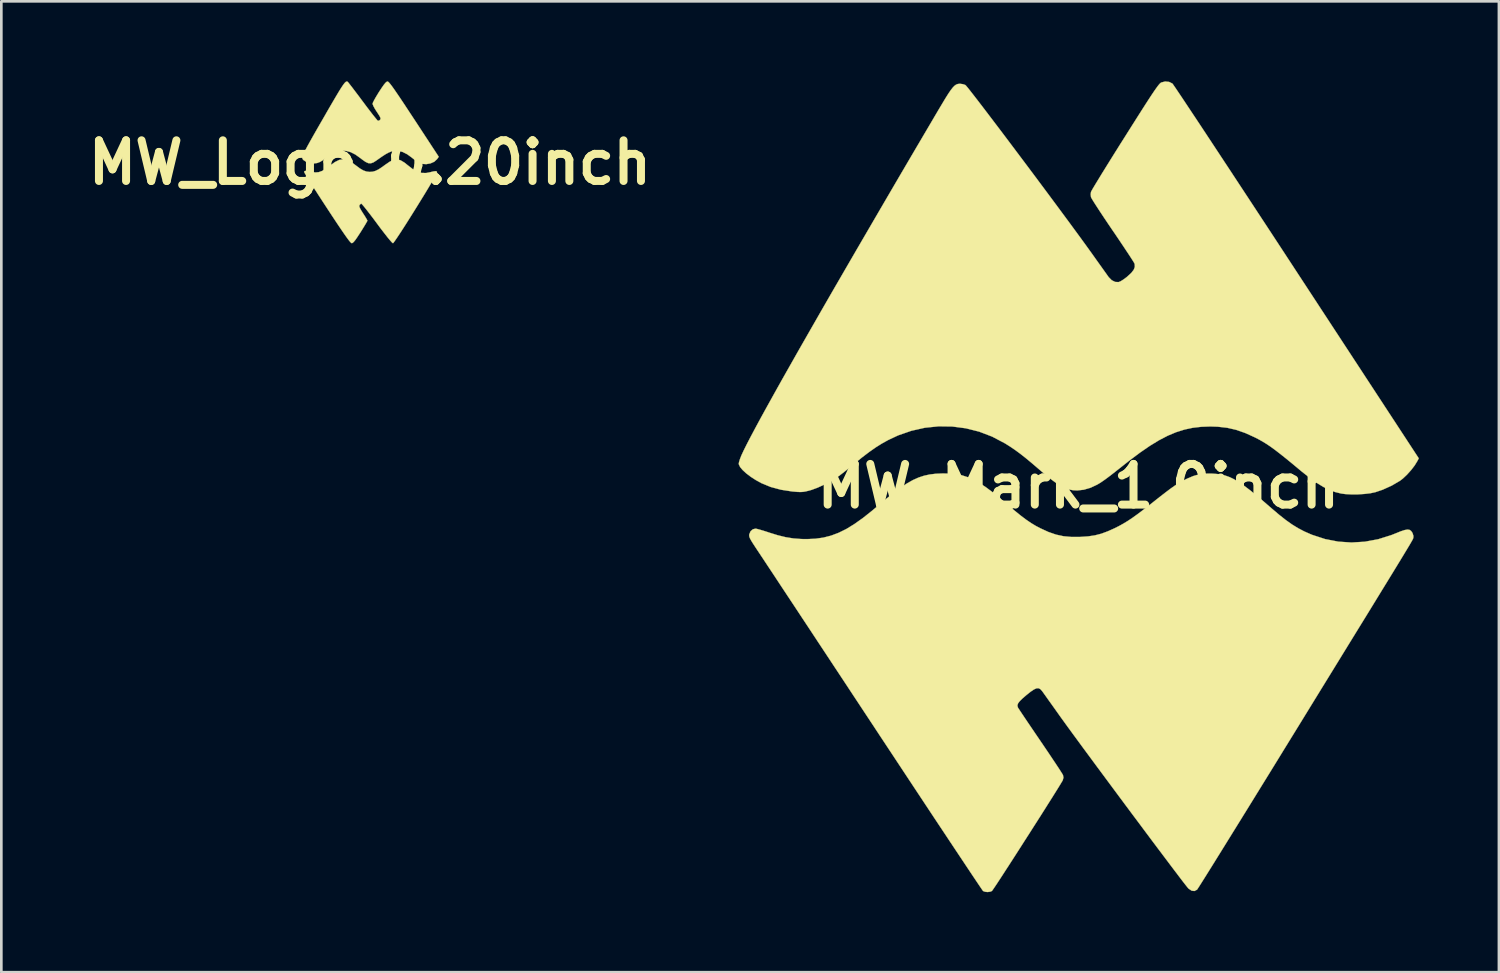
<source format=kicad_pcb>
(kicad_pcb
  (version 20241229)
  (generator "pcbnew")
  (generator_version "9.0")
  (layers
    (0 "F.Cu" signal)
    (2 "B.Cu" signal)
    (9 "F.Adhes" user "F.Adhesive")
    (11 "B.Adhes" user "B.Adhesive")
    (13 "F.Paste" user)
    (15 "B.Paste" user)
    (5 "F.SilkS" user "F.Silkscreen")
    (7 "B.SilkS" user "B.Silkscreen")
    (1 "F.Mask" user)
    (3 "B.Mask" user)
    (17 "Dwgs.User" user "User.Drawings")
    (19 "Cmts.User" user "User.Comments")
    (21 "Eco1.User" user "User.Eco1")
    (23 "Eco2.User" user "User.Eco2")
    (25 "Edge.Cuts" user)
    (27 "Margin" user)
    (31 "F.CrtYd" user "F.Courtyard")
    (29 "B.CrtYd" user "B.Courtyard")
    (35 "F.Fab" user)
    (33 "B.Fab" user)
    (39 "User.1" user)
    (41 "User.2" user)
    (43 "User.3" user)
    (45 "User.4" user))
  (footprint "MW_Mark_1.0inch"
    (layer "F.Cu")
    (at 37.378 15.178)
    (property "Reference" "MW_Mark_1.0inch" (at 0 0 0) (layer "F.SilkS") (effects (font (size 1.524 1.524) (thickness 0.3))))
    (attr through_hole)
    (fp_poly (pts (xy 3.403 -15.157) (xy 3.526 -15.096) (xy 3.549 -15.065) (xy 3.606 -14.982) (xy 3.695 -14.851) (xy 3.814 -14.674) (xy 3.963 -14.451) (xy 4.138 -14.187) (xy 4.34 -13.883) (xy 4.567 -13.541) (xy 4.816 -13.164) (xy 5.087 -12.753) (xy 5.378 -12.311) (xy 5.688 -11.841) (xy 6.015 -11.343) (xy 6.358 -10.822) (xy 6.715 -10.278) (xy 7.085 -9.715) (xy 7.466 -9.134) (xy 7.857 -8.537) (xy 8.181 -8.042) (xy 12.762 -1.045) (xy 12.707 -0.939) (xy 12.607 -0.776) (xy 12.472 -0.601) (xy 12.319 -0.431) (xy 12.165 -0.286) (xy 12.057 -0.203) (xy 11.747 -0.022) (xy 11.409 0.131) (xy 11.138 0.223) (xy 10.954 0.263) (xy 10.727 0.29) (xy 10.48 0.306) (xy 10.233 0.307) (xy 10.007 0.295) (xy 9.851 0.274) (xy 9.63 0.219) (xy 9.41 0.138) (xy 9.184 0.026) (xy 8.944 -0.121) (xy 8.683 -0.307) (xy 8.391 -0.537) (xy 8.304 -0.609) (xy 8.016 -0.849) (xy 7.769 -1.051) (xy 7.556 -1.22) (xy 7.371 -1.363) (xy 7.207 -1.482) (xy 7.057 -1.583) (xy 6.914 -1.671) (xy 6.772 -1.751) (xy 6.626 -1.827) (xy 6.261 -1.993) (xy 5.918 -2.113) (xy 5.578 -2.191) (xy 5.222 -2.231) (xy 4.949 -2.24) (xy 4.613 -2.228) (xy 4.292 -2.191) (xy 3.979 -2.124) (xy 3.667 -2.026) (xy 3.352 -1.894) (xy 3.025 -1.724) (xy 2.681 -1.514) (xy 2.313 -1.261) (xy 1.915 -0.963) (xy 1.719 -0.808) (xy 1.486 -0.624) (xy 1.295 -0.474) (xy 1.139 -0.354) (xy 1.01 -0.258) (xy 0.901 -0.182) (xy 0.804 -0.118) (xy 0.712 -0.063) (xy 0.699 -0.056) (xy 0.456 0.058) (xy 0.202 0.132) (xy -0.04 0.159) (xy -0.048 0.159) (xy -0.2 0.151) (xy -0.348 0.122) (xy -0.499 0.07) (xy -0.659 -0.01) (xy -0.835 -0.121) (xy -1.035 -0.269) (xy -1.265 -0.455) (xy -1.48 -0.639) (xy -1.745 -0.866) (xy -1.975 -1.057) (xy -2.18 -1.218) (xy -2.369 -1.357) (xy -2.553 -1.482) (xy -2.742 -1.601) (xy -2.763 -1.613) (xy -3.231 -1.859) (xy -3.717 -2.045) (xy -4.217 -2.171) (xy -4.726 -2.238) (xy -5.24 -2.245) (xy -5.753 -2.192) (xy -6.261 -2.078) (xy -6.759 -1.905) (xy -7.128 -1.732) (xy -7.358 -1.605) (xy -7.59 -1.46) (xy -7.833 -1.29) (xy -8.098 -1.089) (xy -8.394 -0.849) (xy -8.451 -0.802) (xy -8.605 -0.675) (xy -8.76 -0.551) (xy -8.901 -0.441) (xy -9.015 -0.356) (xy -9.06 -0.324) (xy -9.284 -0.187) (xy -9.529 -0.058) (xy -9.775 0.054) (xy -10.002 0.138) (xy -10.1 0.166) (xy -10.22 0.195) (xy -10.318 0.212) (xy -10.415 0.218) (xy -10.53 0.214) (xy -10.683 0.201) (xy -10.729 0.197) (xy -11.149 0.132) (xy -11.539 0.027) (xy -11.882 -0.115) (xy -12.093 -0.231) (xy -12.286 -0.356) (xy -12.454 -0.484) (xy -12.588 -0.608) (xy -12.682 -0.721) (xy -12.728 -0.818) (xy -12.732 -0.846) (xy -12.719 -0.915) (xy -12.686 -1.019) (xy -12.639 -1.14) (xy -12.632 -1.156) (xy -12.551 -1.331) (xy -12.438 -1.558) (xy -12.293 -1.838) (xy -12.117 -2.169) (xy -11.911 -2.551) (xy -11.674 -2.981) (xy -11.408 -3.46) (xy -11.114 -3.986) (xy -10.791 -4.557) (xy -10.441 -5.174) (xy -10.063 -5.834) (xy -9.66 -6.538) (xy -9.231 -7.283) (xy -8.776 -8.068) (xy -8.297 -8.894) (xy -7.794 -9.757) (xy -7.268 -10.659) (xy -6.72 -11.597) (xy -6.149 -12.57) (xy -5.556 -13.577) (xy -5.267 -14.069) (xy -5.109 -14.334) (xy -4.979 -14.55) (xy -4.872 -14.72) (xy -4.783 -14.85) (xy -4.708 -14.946) (xy -4.644 -15.012) (xy -4.585 -15.054) (xy -4.528 -15.077) (xy -4.468 -15.086) (xy -4.434 -15.087) (xy -4.328 -15.073) (xy -4.236 -15.041) (xy -4.206 -15.01) (xy -4.14 -14.931) (xy -4.043 -14.809) (xy -3.916 -14.646) (xy -3.762 -14.447) (xy -3.585 -14.216) (xy -3.386 -13.955) (xy -3.168 -13.668) (xy -2.935 -13.361) (xy -2.689 -13.035) (xy -2.433 -12.694) (xy -2.17 -12.344) (xy -1.901 -11.986) (xy -1.631 -11.625) (xy -1.362 -11.264) (xy -1.097 -10.908) (xy -0.838 -10.559) (xy -0.589 -10.222) (xy -0.351 -9.9) (xy -0.128 -9.596) (xy 0.077 -9.316) (xy 0.262 -9.062) (xy 0.424 -8.837) (xy 0.541 -8.674) (xy 0.68 -8.478) (xy 0.811 -8.295) (xy 0.927 -8.132) (xy 1.024 -7.996) (xy 1.095 -7.896) (xy 1.135 -7.84) (xy 1.137 -7.838) (xy 1.25 -7.723) (xy 1.378 -7.659) (xy 1.509 -7.652) (xy 1.51 -7.653) (xy 1.585 -7.683) (xy 1.69 -7.749) (xy 1.81 -7.838) (xy 1.838 -7.862) (xy 1.984 -7.996) (xy 2.075 -8.113) (xy 2.116 -8.218) (xy 2.112 -8.321) (xy 2.101 -8.355) (xy 2.076 -8.4) (xy 2.019 -8.491) (xy 1.934 -8.623) (xy 1.824 -8.789) (xy 1.694 -8.985) (xy 1.547 -9.204) (xy 1.388 -9.44) (xy 1.283 -9.593) (xy 1.118 -9.837) (xy 0.963 -10.068) (xy 0.823 -10.279) (xy 0.701 -10.466) (xy 0.601 -10.621) (xy 0.527 -10.74) (xy 0.484 -10.816) (xy 0.473 -10.839) (xy 0.462 -10.946) (xy 0.474 -11.034) (xy 0.496 -11.076) (xy 0.548 -11.168) (xy 0.63 -11.305) (xy 0.737 -11.481) (xy 0.867 -11.694) (xy 1.018 -11.938) (xy 1.186 -12.209) (xy 1.369 -12.502) (xy 1.564 -12.813) (xy 1.75 -13.107) (xy 1.989 -13.486) (xy 2.197 -13.814) (xy 2.376 -14.096) (xy 2.529 -14.335) (xy 2.658 -14.534) (xy 2.765 -14.697) (xy 2.853 -14.828) (xy 2.925 -14.93) (xy 2.982 -15.007) (xy 3.027 -15.063) (xy 3.062 -15.101) (xy 3.091 -15.125) (xy 3.11 -15.136) (xy 3.255 -15.173) (xy 3.403 -15.157)) (stroke (width 0.01) (type solid)) (fill yes) (layer "F.SilkS"))
    (fp_poly (pts (xy -4.794 -0.47) (xy -4.565 -0.447) (xy -4.349 -0.403) (xy -4.137 -0.335) (xy -3.923 -0.241) (xy -3.701 -0.116) (xy -3.462 0.042) (xy -3.2 0.238) (xy -2.909 0.475) (xy -2.641 0.702) (xy -2.382 0.923) (xy -2.157 1.105) (xy -1.957 1.255) (xy -1.774 1.38) (xy -1.597 1.487) (xy -1.432 1.574) (xy -1.123 1.716) (xy -0.837 1.815) (xy -0.554 1.876) (xy -0.253 1.903) (xy 0.072 1.901) (xy 0.364 1.881) (xy 0.619 1.843) (xy 0.86 1.781) (xy 1.108 1.689) (xy 1.353 1.579) (xy 1.521 1.495) (xy 1.683 1.405) (xy 1.847 1.306) (xy 2.022 1.19) (xy 2.214 1.052) (xy 2.434 0.886) (xy 2.689 0.688) (xy 2.833 0.574) (xy 3.08 0.379) (xy 3.287 0.219) (xy 3.46 0.089) (xy 3.609 -0.016) (xy 3.741 -0.102) (xy 3.863 -0.174) (xy 3.985 -0.238) (xy 4.086 -0.287) (xy 4.303 -0.379) (xy 4.497 -0.437) (xy 4.694 -0.468) (xy 4.916 -0.474) (xy 5.031 -0.471) (xy 5.202 -0.458) (xy 5.361 -0.435) (xy 5.516 -0.396) (xy 5.672 -0.34) (xy 5.834 -0.262) (xy 6.008 -0.159) (xy 6.199 -0.028) (xy 6.414 0.134) (xy 6.658 0.33) (xy 6.937 0.565) (xy 7.241 0.828) (xy 7.525 1.069) (xy 7.778 1.269) (xy 8.012 1.435) (xy 8.238 1.574) (xy 8.467 1.694) (xy 8.71 1.801) (xy 8.771 1.826) (xy 9.253 1.983) (xy 9.744 2.078) (xy 10.24 2.111) (xy 10.739 2.081) (xy 11.237 1.989) (xy 11.732 1.834) (xy 11.896 1.769) (xy 12.088 1.691) (xy 12.232 1.644) (xy 12.339 1.626) (xy 12.417 1.637) (xy 12.475 1.678) (xy 12.523 1.747) (xy 12.529 1.758) (xy 12.561 1.862) (xy 12.558 1.934) (xy 12.555 1.944) (xy 12.552 1.954) (xy 12.548 1.966) (xy 12.541 1.982) (xy 12.53 2.005) (xy 12.513 2.035) (xy 12.49 2.076) (xy 12.46 2.128) (xy 12.421 2.195) (xy 12.372 2.277) (xy 12.312 2.377) (xy 12.239 2.497) (xy 12.153 2.639) (xy 12.053 2.804) (xy 11.936 2.995) (xy 11.803 3.213) (xy 11.651 3.461) (xy 11.479 3.741) (xy 11.287 4.054) (xy 11.074 4.402) (xy 10.837 4.788) (xy 10.576 5.212) (xy 10.289 5.678) (xy 9.976 6.187) (xy 9.635 6.742) (xy 9.265 7.343) (xy 8.865 7.993) (xy 8.434 8.695) (xy 8.124 9.199) (xy 7.778 9.76) (xy 7.442 10.307) (xy 7.115 10.838) (xy 6.799 11.349) (xy 6.497 11.839) (xy 6.209 12.305) (xy 5.937 12.744) (xy 5.683 13.154) (xy 5.448 13.533) (xy 5.234 13.878) (xy 5.043 14.186) (xy 4.875 14.455) (xy 4.733 14.682) (xy 4.617 14.866) (xy 4.531 15.002) (xy 4.474 15.09) (xy 4.449 15.126) (xy 4.448 15.127) (xy 4.352 15.177) (xy 4.247 15.164) (xy 4.134 15.088) (xy 4.125 15.079) (xy 4.09 15.038) (xy 4.02 14.95) (xy 3.917 14.818) (xy 3.786 14.646) (xy 3.628 14.438) (xy 3.446 14.197) (xy 3.244 13.928) (xy 3.023 13.635) (xy 2.787 13.321) (xy 2.539 12.989) (xy 2.282 12.644) (xy 2.017 12.29) (xy 1.749 11.93) (xy 1.48 11.568) (xy 1.213 11.208) (xy 0.95 10.853) (xy 0.694 10.508) (xy 0.449 10.176) (xy 0.217 9.862) (xy 0.001 9.568) (xy -0.197 9.298) (xy -0.373 9.057) (xy -0.524 8.849) (xy -0.649 8.676) (xy -0.688 8.621) (xy -0.836 8.413) (xy -0.976 8.216) (xy -1.102 8.04) (xy -1.208 7.89) (xy -1.291 7.774) (xy -1.345 7.699) (xy -1.36 7.679) (xy -1.423 7.609) (xy -1.489 7.574) (xy -1.566 7.576) (xy -1.663 7.619) (xy -1.788 7.703) (xy -1.949 7.831) (xy -1.951 7.833) (xy -2.1 7.962) (xy -2.202 8.063) (xy -2.262 8.144) (xy -2.284 8.213) (xy -2.273 8.278) (xy -2.26 8.308) (xy -2.234 8.348) (xy -2.177 8.435) (xy -2.091 8.564) (xy -1.981 8.728) (xy -1.85 8.922) (xy -1.702 9.14) (xy -1.542 9.376) (xy -1.415 9.562) (xy -1.247 9.81) (xy -1.089 10.044) (xy -0.946 10.258) (xy -0.82 10.447) (xy -0.716 10.605) (xy -0.638 10.727) (xy -0.589 10.806) (xy -0.575 10.834) (xy -0.559 10.927) (xy -0.585 11.023) (xy -0.61 11.068) (xy -0.666 11.161) (xy -0.749 11.297) (xy -0.857 11.47) (xy -0.985 11.675) (xy -1.132 11.907) (xy -1.292 12.161) (xy -1.464 12.432) (xy -1.645 12.715) (xy -1.829 13.004) (xy -2.016 13.295) (xy -2.2 13.583) (xy -2.379 13.862) (xy -2.55 14.127) (xy -2.71 14.374) (xy -2.854 14.597) (xy -2.981 14.791) (xy -3.086 14.951) (xy -3.167 15.071) (xy -3.22 15.148) (xy -3.24 15.175) (xy -3.305 15.202) (xy -3.396 15.214) (xy -3.406 15.215) (xy -3.498 15.204) (xy -3.568 15.178) (xy -3.572 15.175) (xy -3.595 15.145) (xy -3.65 15.064) (xy -3.738 14.935) (xy -3.855 14.76) (xy -4.002 14.541) (xy -4.175 14.281) (xy -4.374 13.982) (xy -4.597 13.647) (xy -4.843 13.277) (xy -5.109 12.876) (xy -5.395 12.446) (xy -5.698 11.988) (xy -6.017 11.506) (xy -6.351 11.001) (xy -6.697 10.477) (xy -7.055 9.935) (xy -7.423 9.379) (xy -7.615 9.087) (xy -7.992 8.516) (xy -8.363 7.954) (xy -8.725 7.405) (xy -9.078 6.871) (xy -9.419 6.354) (xy -9.747 5.858) (xy -10.059 5.384) (xy -10.355 4.937) (xy -10.632 4.517) (xy -10.889 4.129) (xy -11.124 3.774) (xy -11.334 3.455) (xy -11.519 3.175) (xy -11.677 2.937) (xy -11.805 2.743) (xy -11.903 2.596) (xy -11.967 2.498) (xy -11.982 2.477) (xy -12.107 2.288) (xy -12.2 2.145) (xy -12.266 2.038) (xy -12.309 1.959) (xy -12.332 1.902) (xy -12.341 1.856) (xy -12.339 1.816) (xy -12.337 1.801) (xy -12.288 1.688) (xy -12.201 1.614) (xy -12.103 1.591) (xy -12.047 1.601) (xy -11.944 1.629) (xy -11.807 1.669) (xy -11.651 1.719) (xy -11.609 1.734) (xy -11.273 1.838) (xy -10.971 1.912) (xy -10.682 1.958) (xy -10.385 1.98) (xy -10.17 1.983) (xy -9.857 1.969) (xy -9.56 1.927) (xy -9.273 1.854) (xy -8.988 1.747) (xy -8.698 1.604) (xy -8.397 1.419) (xy -8.076 1.191) (xy -7.73 0.916) (xy -7.544 0.759) (xy -7.215 0.482) (xy -6.924 0.248) (xy -6.662 0.053) (xy -6.424 -0.105) (xy -6.203 -0.23) (xy -5.991 -0.325) (xy -5.782 -0.394) (xy -5.569 -0.44) (xy -5.345 -0.467) (xy -5.104 -0.477) (xy -5.042 -0.477) (xy -4.794 -0.47)) (stroke (width 0.01) (type solid)) (fill yes) (layer "F.SilkS")))
  (footprint "MW_Logo_0.20inch"
    (layer "F.Cu")
    (at 10.82 3.045)
    (property "Reference" "MW_Logo_0.20inch" (at 0 0 0) (layer "F.SilkS") (effects (font (size 1.524 1.524) (thickness 0.3))))
    (attr through_hole)
    (fp_poly (pts (xy -0.859 -0.099) (xy -0.702 -0.02) (xy -0.535 0.102) (xy -0.379 0.219) (xy -0.249 0.295) (xy -0.132 0.336) (xy -0.012 0.35) (xy 0 0.35) (xy 0.106 0.341) (xy 0.21 0.311) (xy 0.325 0.254) (xy 0.464 0.162) (xy 0.57 0.084) (xy 0.742 -0.034) (xy 0.887 -0.102) (xy 1.018 -0.119) (xy 1.149 -0.085) (xy 1.29 -0.001) (xy 1.413 0.097) (xy 1.604 0.245) (xy 1.776 0.341) (xy 1.939 0.388) (xy 2.106 0.391) (xy 2.242 0.365) (xy 2.373 0.333) (xy 2.456 0.321) (xy 2.499 0.329) (xy 2.514 0.358) (xy 2.515 0.37) (xy 2.498 0.412) (xy 2.452 0.499) (xy 2.379 0.627) (xy 2.285 0.788) (xy 2.173 0.976) (xy 2.046 1.185) (xy 1.909 1.408) (xy 1.766 1.64) (xy 1.621 1.872) (xy 1.478 2.1) (xy 1.341 2.317) (xy 1.213 2.516) (xy 1.099 2.691) (xy 1.003 2.835) (xy 0.928 2.943) (xy 0.88 3.007) (xy 0.862 3.024) (xy 0.829 2.999) (xy 0.763 2.926) (xy 0.668 2.812) (xy 0.548 2.659) (xy 0.406 2.475) (xy 0.257 2.275) (xy 0.116 2.085) (xy -0.015 1.914) (xy -0.129 1.767) (xy -0.222 1.651) (xy -0.289 1.573) (xy -0.325 1.538) (xy -0.329 1.537) (xy -0.372 1.571) (xy -0.394 1.598) (xy -0.401 1.636) (xy -0.382 1.696) (xy -0.332 1.788) (xy -0.261 1.901) (xy -0.189 2.012) (xy -0.133 2.105) (xy -0.101 2.164) (xy -0.095 2.178) (xy -0.112 2.212) (xy -0.157 2.291) (xy -0.224 2.402) (xy -0.308 2.538) (xy -0.356 2.614) (xy -0.465 2.781) (xy -0.547 2.9) (xy -0.609 2.975) (xy -0.654 3.013) (xy -0.682 3.022) (xy -0.706 3.01) (xy -0.744 2.972) (xy -0.799 2.904) (xy -0.874 2.803) (xy -0.971 2.665) (xy -1.092 2.488) (xy -1.241 2.267) (xy -1.419 1.999) (xy -1.607 1.712) (xy -1.777 1.452) (xy -1.936 1.207) (xy -2.081 0.983) (xy -2.207 0.784) (xy -2.312 0.617) (xy -2.393 0.486) (xy -2.445 0.397) (xy -2.467 0.355) (xy -2.467 0.353) (xy -2.458 0.323) (xy -2.425 0.311) (xy -2.357 0.315) (xy -2.242 0.337) (xy -2.179 0.351) (xy -2.044 0.37) (xy -1.919 0.359) (xy -1.791 0.312) (xy -1.647 0.225) (xy -1.497 0.113) (xy -1.314 -0.019) (xy -1.153 -0.099) (xy -1.006 -0.125) (xy -0.859 -0.099)) (stroke (width 0.01) (type solid)) (fill yes) (layer "F.SilkS"))
    (fp_poly (pts (xy 0.681 -3.031) (xy 0.714 -3.001) (xy 0.76 -2.947) (xy 0.823 -2.865) (xy 0.904 -2.752) (xy 1.007 -2.602) (xy 1.135 -2.414) (xy 1.289 -2.183) (xy 1.472 -1.904) (xy 1.654 -1.629) (xy 2.579 -0.217) (xy 2.515 -0.128) (xy 2.411 -0.032) (xy 2.269 0.031) (xy 2.11 0.059) (xy 1.951 0.048) (xy 1.816 -0.003) (xy 1.728 -0.063) (xy 1.623 -0.143) (xy 1.562 -0.192) (xy 1.396 -0.312) (xy 1.227 -0.397) (xy 1.072 -0.441) (xy 1.019 -0.445) (xy 0.913 -0.44) (xy 0.813 -0.42) (xy 0.709 -0.38) (xy 0.589 -0.316) (xy 0.443 -0.221) (xy 0.259 -0.092) (xy 0.243 -0.08) (xy 0.13 -0.007) (xy 0.034 0.027) (xy -0.06 0.022) (xy -0.165 -0.026) (xy -0.295 -0.117) (xy -0.348 -0.159) (xy -0.546 -0.301) (xy -0.725 -0.392) (xy -0.897 -0.438) (xy -1.008 -0.446) (xy -1.186 -0.421) (xy -1.375 -0.353) (xy -1.552 -0.251) (xy -1.601 -0.214) (xy -1.749 -0.099) (xy -1.87 -0.025) (xy -1.977 0.016) (xy -2.087 0.031) (xy -2.117 0.032) (xy -2.262 0.015) (xy -2.395 -0.03) (xy -2.495 -0.096) (xy -2.527 -0.134) (xy -2.536 -0.163) (xy -2.533 -0.204) (xy -2.515 -0.264) (xy -2.48 -0.348) (xy -2.426 -0.459) (xy -2.349 -0.605) (xy -2.248 -0.788) (xy -2.12 -1.016) (xy -1.963 -1.291) (xy -1.918 -1.369) (xy -1.716 -1.719) (xy -1.544 -2.019) (xy -1.397 -2.271) (xy -1.275 -2.479) (xy -1.174 -2.648) (xy -1.092 -2.78) (xy -1.026 -2.881) (xy -0.974 -2.953) (xy -0.934 -3.001) (xy -0.902 -3.028) (xy -0.876 -3.039) (xy -0.855 -3.038) (xy -0.836 -3.029) (xy -0.809 -2.999) (xy -0.75 -2.924) (xy -0.663 -2.812) (xy -0.554 -2.668) (xy -0.427 -2.501) (xy -0.289 -2.315) (xy -0.271 -2.292) (xy -0.132 -2.105) (xy -0.003 -1.936) (xy 0.109 -1.791) (xy 0.201 -1.677) (xy 0.265 -1.6) (xy 0.298 -1.567) (xy 0.3 -1.566) (xy 0.351 -1.58) (xy 0.382 -1.607) (xy 0.397 -1.639) (xy 0.391 -1.681) (xy 0.359 -1.747) (xy 0.295 -1.847) (xy 0.26 -1.899) (xy 0.187 -2.013) (xy 0.131 -2.115) (xy 0.101 -2.188) (xy 0.098 -2.207) (xy 0.115 -2.258) (xy 0.162 -2.35) (xy 0.231 -2.471) (xy 0.316 -2.611) (xy 0.346 -2.658) (xy 0.451 -2.818) (xy 0.53 -2.929) (xy 0.589 -2.999) (xy 0.633 -3.033) (xy 0.66 -3.04) (xy 0.681 -3.031)) (stroke (width 0.01) (type solid)) (fill yes) (layer "F.SilkS")))
  (gr_rect
    (start -3 -3)
    (end 53.145 33.397)
    (stroke (width 0.1) (type default))
    (fill no)
    (layer "Edge.Cuts")))
</source>
